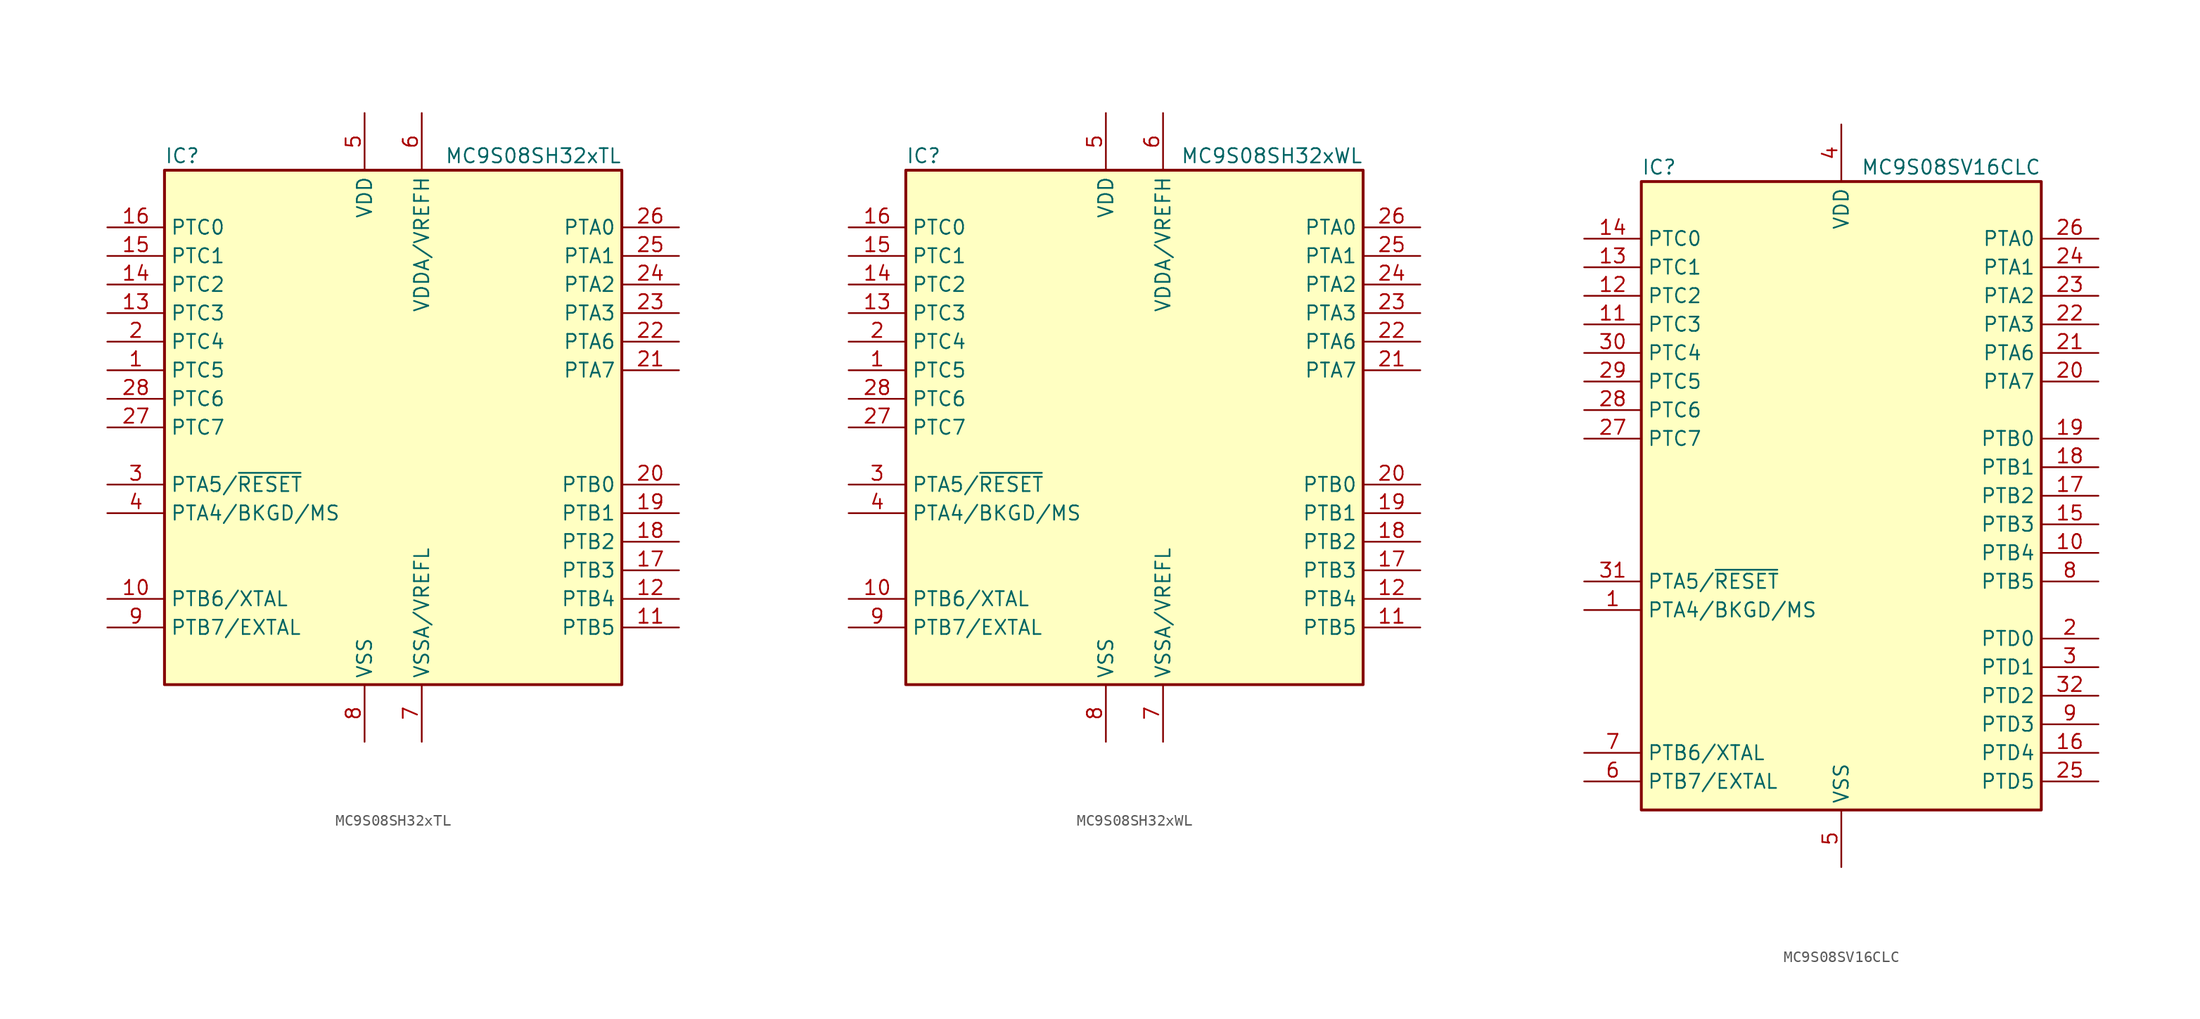
<source format=kicad_sym>
(kicad_symbol_lib
  (version 20211014)
  (generator kicad_symbol_editor)
  (symbol "MC9S08SH32xTL"
    (property "Reference" "IC"
      (at -20.32 24.13 0)
      (effects (font (size 1.27 1.27)) (justify left)))
    (property "Value" "MC9S08SH32xTL"
      (at 20.32 24.13 0)
      (effects (font (size 1.27 1.27)) (justify right)))
    (symbol "MC9S08SH32xTL_0_1"
      (rectangle (start -20.32 22.86) (end 20.32 -22.86) (stroke (width 0.254) (type default) (color 0 0 0 0)) (fill (type background))))
    (symbol "MC9S08SH32xTL_1_1"
      (pin bidirectional line (at -25.4 5.08 0) (length 5.08) (name "PTC5" (effects (font (size 1.27 1.27)))) (number "1" (effects (font (size 1.27 1.27)))))
      (pin bidirectional line (at -25.4 -15.24 0) (length 5.08) (name "PTB6/XTAL" (effects (font (size 1.27 1.27)))) (number "10" (effects (font (size 1.27 1.27)))))
      (pin bidirectional line (at 25.4 -17.78 180) (length 5.08) (name "PTB5" (effects (font (size 1.27 1.27)))) (number "11" (effects (font (size 1.27 1.27)))))
      (pin bidirectional line (at 25.4 -15.24 180) (length 5.08) (name "PTB4" (effects (font (size 1.27 1.27)))) (number "12" (effects (font (size 1.27 1.27)))))
      (pin bidirectional line (at -25.4 10.16 0) (length 5.08) (name "PTC3" (effects (font (size 1.27 1.27)))) (number "13" (effects (font (size 1.27 1.27)))))
      (pin bidirectional line (at -25.4 12.7 0) (length 5.08) (name "PTC2" (effects (font (size 1.27 1.27)))) (number "14" (effects (font (size 1.27 1.27)))))
      (pin bidirectional line (at -25.4 15.24 0) (length 5.08) (name "PTC1" (effects (font (size 1.27 1.27)))) (number "15" (effects (font (size 1.27 1.27)))))
      (pin bidirectional line (at -25.4 17.78 0) (length 5.08) (name "PTC0" (effects (font (size 1.27 1.27)))) (number "16" (effects (font (size 1.27 1.27)))))
      (pin bidirectional line (at 25.4 -12.7 180) (length 5.08) (name "PTB3" (effects (font (size 1.27 1.27)))) (number "17" (effects (font (size 1.27 1.27)))))
      (pin bidirectional line (at 25.4 -10.16 180) (length 5.08) (name "PTB2" (effects (font (size 1.27 1.27)))) (number "18" (effects (font (size 1.27 1.27)))))
      (pin bidirectional line (at 25.4 -7.62 180) (length 5.08) (name "PTB1" (effects (font (size 1.27 1.27)))) (number "19" (effects (font (size 1.27 1.27)))))
      (pin bidirectional line (at -25.4 7.62 0) (length 5.08) (name "PTC4" (effects (font (size 1.27 1.27)))) (number "2" (effects (font (size 1.27 1.27)))))
      (pin bidirectional line (at 25.4 -5.08 180) (length 5.08) (name "PTB0" (effects (font (size 1.27 1.27)))) (number "20" (effects (font (size 1.27 1.27)))))
      (pin bidirectional line (at 25.4 5.08 180) (length 5.08) (name "PTA7" (effects (font (size 1.27 1.27)))) (number "21" (effects (font (size 1.27 1.27)))))
      (pin bidirectional line (at 25.4 7.62 180) (length 5.08) (name "PTA6" (effects (font (size 1.27 1.27)))) (number "22" (effects (font (size 1.27 1.27)))))
      (pin bidirectional line (at 25.4 10.16 180) (length 5.08) (name "PTA3" (effects (font (size 1.27 1.27)))) (number "23" (effects (font (size 1.27 1.27)))))
      (pin bidirectional line (at 25.4 12.7 180) (length 5.08) (name "PTA2" (effects (font (size 1.27 1.27)))) (number "24" (effects (font (size 1.27 1.27)))))
      (pin bidirectional line (at 25.4 15.24 180) (length 5.08) (name "PTA1" (effects (font (size 1.27 1.27)))) (number "25" (effects (font (size 1.27 1.27)))))
      (pin bidirectional line (at 25.4 17.78 180) (length 5.08) (name "PTA0" (effects (font (size 1.27 1.27)))) (number "26" (effects (font (size 1.27 1.27)))))
      (pin bidirectional line (at -25.4 0 0) (length 5.08) (name "PTC7" (effects (font (size 1.27 1.27)))) (number "27" (effects (font (size 1.27 1.27)))))
      (pin bidirectional line (at -25.4 2.54 0) (length 5.08) (name "PTC6" (effects (font (size 1.27 1.27)))) (number "28" (effects (font (size 1.27 1.27)))))
      (pin bidirectional line (at -25.4 -5.08 0) (length 5.08) (name "PTA5/~{RESET}" (effects (font (size 1.27 1.27)))) (number "3" (effects (font (size 1.27 1.27)))))
      (pin bidirectional line (at -25.4 -7.62 0) (length 5.08) (name "PTA4/BKGD/MS" (effects (font (size 1.27 1.27)))) (number "4" (effects (font (size 1.27 1.27)))))
      (pin power_in line (at -2.54 27.94 270) (length 5.08) (name "VDD" (effects (font (size 1.27 1.27)))) (number "5" (effects (font (size 1.27 1.27)))))
      (pin power_in line (at 2.54 27.94 270) (length 5.08) (name "VDDA/VREFH" (effects (font (size 1.27 1.27)))) (number "6" (effects (font (size 1.27 1.27)))))
      (pin power_in line (at 2.54 -27.94 90) (length 5.08) (name "VSSA/VREFL" (effects (font (size 1.27 1.27)))) (number "7" (effects (font (size 1.27 1.27)))))
      (pin power_in line (at -2.54 -27.94 90) (length 5.08) (name "VSS" (effects (font (size 1.27 1.27)))) (number "8" (effects (font (size 1.27 1.27)))))
      (pin bidirectional line (at -25.4 -17.78 0) (length 5.08) (name "PTB7/EXTAL" (effects (font (size 1.27 1.27)))) (number "9" (effects (font (size 1.27 1.27)))))))
  (symbol "MC9S08SH32xWL"
    (property "Reference" "IC"
      (at -20.32 24.13 0)
      (effects (font (size 1.27 1.27)) (justify left)))
    (property "Value" "MC9S08SH32xWL"
      (at 20.32 24.13 0)
      (effects (font (size 1.27 1.27)) (justify right)))
    (symbol "MC9S08SH32xWL_0_1"
      (rectangle (start -20.32 22.86) (end 20.32 -22.86) (stroke (width 0.254) (type default) (color 0 0 0 0)) (fill (type background))))
    (symbol "MC9S08SH32xWL_1_1"
      (pin bidirectional line (at -25.4 5.08 0) (length 5.08) (name "PTC5" (effects (font (size 1.27 1.27)))) (number "1" (effects (font (size 1.27 1.27)))))
      (pin bidirectional line (at -25.4 -15.24 0) (length 5.08) (name "PTB6/XTAL" (effects (font (size 1.27 1.27)))) (number "10" (effects (font (size 1.27 1.27)))))
      (pin bidirectional line (at 25.4 -17.78 180) (length 5.08) (name "PTB5" (effects (font (size 1.27 1.27)))) (number "11" (effects (font (size 1.27 1.27)))))
      (pin bidirectional line (at 25.4 -15.24 180) (length 5.08) (name "PTB4" (effects (font (size 1.27 1.27)))) (number "12" (effects (font (size 1.27 1.27)))))
      (pin bidirectional line (at -25.4 10.16 0) (length 5.08) (name "PTC3" (effects (font (size 1.27 1.27)))) (number "13" (effects (font (size 1.27 1.27)))))
      (pin bidirectional line (at -25.4 12.7 0) (length 5.08) (name "PTC2" (effects (font (size 1.27 1.27)))) (number "14" (effects (font (size 1.27 1.27)))))
      (pin bidirectional line (at -25.4 15.24 0) (length 5.08) (name "PTC1" (effects (font (size 1.27 1.27)))) (number "15" (effects (font (size 1.27 1.27)))))
      (pin bidirectional line (at -25.4 17.78 0) (length 5.08) (name "PTC0" (effects (font (size 1.27 1.27)))) (number "16" (effects (font (size 1.27 1.27)))))
      (pin bidirectional line (at 25.4 -12.7 180) (length 5.08) (name "PTB3" (effects (font (size 1.27 1.27)))) (number "17" (effects (font (size 1.27 1.27)))))
      (pin bidirectional line (at 25.4 -10.16 180) (length 5.08) (name "PTB2" (effects (font (size 1.27 1.27)))) (number "18" (effects (font (size 1.27 1.27)))))
      (pin bidirectional line (at 25.4 -7.62 180) (length 5.08) (name "PTB1" (effects (font (size 1.27 1.27)))) (number "19" (effects (font (size 1.27 1.27)))))
      (pin bidirectional line (at -25.4 7.62 0) (length 5.08) (name "PTC4" (effects (font (size 1.27 1.27)))) (number "2" (effects (font (size 1.27 1.27)))))
      (pin bidirectional line (at 25.4 -5.08 180) (length 5.08) (name "PTB0" (effects (font (size 1.27 1.27)))) (number "20" (effects (font (size 1.27 1.27)))))
      (pin bidirectional line (at 25.4 5.08 180) (length 5.08) (name "PTA7" (effects (font (size 1.27 1.27)))) (number "21" (effects (font (size 1.27 1.27)))))
      (pin bidirectional line (at 25.4 7.62 180) (length 5.08) (name "PTA6" (effects (font (size 1.27 1.27)))) (number "22" (effects (font (size 1.27 1.27)))))
      (pin bidirectional line (at 25.4 10.16 180) (length 5.08) (name "PTA3" (effects (font (size 1.27 1.27)))) (number "23" (effects (font (size 1.27 1.27)))))
      (pin bidirectional line (at 25.4 12.7 180) (length 5.08) (name "PTA2" (effects (font (size 1.27 1.27)))) (number "24" (effects (font (size 1.27 1.27)))))
      (pin bidirectional line (at 25.4 15.24 180) (length 5.08) (name "PTA1" (effects (font (size 1.27 1.27)))) (number "25" (effects (font (size 1.27 1.27)))))
      (pin bidirectional line (at 25.4 17.78 180) (length 5.08) (name "PTA0" (effects (font (size 1.27 1.27)))) (number "26" (effects (font (size 1.27 1.27)))))
      (pin bidirectional line (at -25.4 0 0) (length 5.08) (name "PTC7" (effects (font (size 1.27 1.27)))) (number "27" (effects (font (size 1.27 1.27)))))
      (pin bidirectional line (at -25.4 2.54 0) (length 5.08) (name "PTC6" (effects (font (size 1.27 1.27)))) (number "28" (effects (font (size 1.27 1.27)))))
      (pin bidirectional line (at -25.4 -5.08 0) (length 5.08) (name "PTA5/~{RESET}" (effects (font (size 1.27 1.27)))) (number "3" (effects (font (size 1.27 1.27)))))
      (pin bidirectional line (at -25.4 -7.62 0) (length 5.08) (name "PTA4/BKGD/MS" (effects (font (size 1.27 1.27)))) (number "4" (effects (font (size 1.27 1.27)))))
      (pin power_in line (at -2.54 27.94 270) (length 5.08) (name "VDD" (effects (font (size 1.27 1.27)))) (number "5" (effects (font (size 1.27 1.27)))))
      (pin power_in line (at 2.54 27.94 270) (length 5.08) (name "VDDA/VREFH" (effects (font (size 1.27 1.27)))) (number "6" (effects (font (size 1.27 1.27)))))
      (pin power_in line (at 2.54 -27.94 90) (length 5.08) (name "VSSA/VREFL" (effects (font (size 1.27 1.27)))) (number "7" (effects (font (size 1.27 1.27)))))
      (pin power_in line (at -2.54 -27.94 90) (length 5.08) (name "VSS" (effects (font (size 1.27 1.27)))) (number "8" (effects (font (size 1.27 1.27)))))
      (pin bidirectional line (at -25.4 -17.78 0) (length 5.08) (name "PTB7/EXTAL" (effects (font (size 1.27 1.27)))) (number "9" (effects (font (size 1.27 1.27)))))))
  (symbol "MC9S08SV16CLC"
    (property "Reference" "IC"
      (at -17.78 29.21 0)
      (effects (font (size 1.27 1.27)) (justify left)))
    (property "Value" "MC9S08SV16CLC"
      (at 17.78 29.21 0)
      (effects (font (size 1.27 1.27)) (justify right)))
    (symbol "MC9S08SV16CLC_0_1"
      (rectangle (start -17.78 27.94) (end 17.78 -27.94) (stroke (width 0.254) (type default) (color 0 0 0 0)) (fill (type background))))
    (symbol "MC9S08SV16CLC_1_1"
      (pin bidirectional line (at -22.86 -10.16 0) (length 5.08) (name "PTA4/BKGD/MS" (effects (font (size 1.27 1.27)))) (number "1" (effects (font (size 1.27 1.27)))))
      (pin bidirectional line (at 22.86 -5.08 180) (length 5.08) (name "PTB4" (effects (font (size 1.27 1.27)))) (number "10" (effects (font (size 1.27 1.27)))))
      (pin bidirectional line (at -22.86 15.24 0) (length 5.08) (name "PTC3" (effects (font (size 1.27 1.27)))) (number "11" (effects (font (size 1.27 1.27)))))
      (pin bidirectional line (at -22.86 17.78 0) (length 5.08) (name "PTC2" (effects (font (size 1.27 1.27)))) (number "12" (effects (font (size 1.27 1.27)))))
      (pin bidirectional line (at -22.86 20.32 0) (length 5.08) (name "PTC1" (effects (font (size 1.27 1.27)))) (number "13" (effects (font (size 1.27 1.27)))))
      (pin bidirectional line (at -22.86 22.86 0) (length 5.08) (name "PTC0" (effects (font (size 1.27 1.27)))) (number "14" (effects (font (size 1.27 1.27)))))
      (pin bidirectional line (at 22.86 -2.54 180) (length 5.08) (name "PTB3" (effects (font (size 1.27 1.27)))) (number "15" (effects (font (size 1.27 1.27)))))
      (pin bidirectional line (at 22.86 -22.86 180) (length 5.08) (name "PTD4" (effects (font (size 1.27 1.27)))) (number "16" (effects (font (size 1.27 1.27)))))
      (pin bidirectional line (at 22.86 0 180) (length 5.08) (name "PTB2" (effects (font (size 1.27 1.27)))) (number "17" (effects (font (size 1.27 1.27)))))
      (pin bidirectional line (at 22.86 2.54 180) (length 5.08) (name "PTB1" (effects (font (size 1.27 1.27)))) (number "18" (effects (font (size 1.27 1.27)))))
      (pin bidirectional line (at 22.86 5.08 180) (length 5.08) (name "PTB0" (effects (font (size 1.27 1.27)))) (number "19" (effects (font (size 1.27 1.27)))))
      (pin bidirectional line (at 22.86 -12.7 180) (length 5.08) (name "PTD0" (effects (font (size 1.27 1.27)))) (number "2" (effects (font (size 1.27 1.27)))))
      (pin bidirectional line (at 22.86 10.16 180) (length 5.08) (name "PTA7" (effects (font (size 1.27 1.27)))) (number "20" (effects (font (size 1.27 1.27)))))
      (pin bidirectional line (at 22.86 12.7 180) (length 5.08) (name "PTA6" (effects (font (size 1.27 1.27)))) (number "21" (effects (font (size 1.27 1.27)))))
      (pin bidirectional line (at 22.86 15.24 180) (length 5.08) (name "PTA3" (effects (font (size 1.27 1.27)))) (number "22" (effects (font (size 1.27 1.27)))))
      (pin bidirectional line (at 22.86 17.78 180) (length 5.08) (name "PTA2" (effects (font (size 1.27 1.27)))) (number "23" (effects (font (size 1.27 1.27)))))
      (pin bidirectional line (at 22.86 20.32 180) (length 5.08) (name "PTA1" (effects (font (size 1.27 1.27)))) (number "24" (effects (font (size 1.27 1.27)))))
      (pin bidirectional line (at 22.86 -25.4 180) (length 5.08) (name "PTD5" (effects (font (size 1.27 1.27)))) (number "25" (effects (font (size 1.27 1.27)))))
      (pin bidirectional line (at 22.86 22.86 180) (length 5.08) (name "PTA0" (effects (font (size 1.27 1.27)))) (number "26" (effects (font (size 1.27 1.27)))))
      (pin bidirectional line (at -22.86 5.08 0) (length 5.08) (name "PTC7" (effects (font (size 1.27 1.27)))) (number "27" (effects (font (size 1.27 1.27)))))
      (pin bidirectional line (at -22.86 7.62 0) (length 5.08) (name "PTC6" (effects (font (size 1.27 1.27)))) (number "28" (effects (font (size 1.27 1.27)))))
      (pin bidirectional line (at -22.86 10.16 0) (length 5.08) (name "PTC5" (effects (font (size 1.27 1.27)))) (number "29" (effects (font (size 1.27 1.27)))))
      (pin bidirectional line (at 22.86 -15.24 180) (length 5.08) (name "PTD1" (effects (font (size 1.27 1.27)))) (number "3" (effects (font (size 1.27 1.27)))))
      (pin bidirectional line (at -22.86 12.7 0) (length 5.08) (name "PTC4" (effects (font (size 1.27 1.27)))) (number "30" (effects (font (size 1.27 1.27)))))
      (pin bidirectional line (at -22.86 -7.62 0) (length 5.08) (name "PTA5/~{RESET}" (effects (font (size 1.27 1.27)))) (number "31" (effects (font (size 1.27 1.27)))))
      (pin bidirectional line (at 22.86 -17.78 180) (length 5.08) (name "PTD2" (effects (font (size 1.27 1.27)))) (number "32" (effects (font (size 1.27 1.27)))))
      (pin power_in line (at 0 33.02 270) (length 5.08) (name "VDD" (effects (font (size 1.27 1.27)))) (number "4" (effects (font (size 1.27 1.27)))))
      (pin power_in line (at 0 -33.02 90) (length 5.08) (name "VSS" (effects (font (size 1.27 1.27)))) (number "5" (effects (font (size 1.27 1.27)))))
      (pin bidirectional line (at -22.86 -25.4 0) (length 5.08) (name "PTB7/EXTAL" (effects (font (size 1.27 1.27)))) (number "6" (effects (font (size 1.27 1.27)))))
      (pin bidirectional line (at -22.86 -22.86 0) (length 5.08) (name "PTB6/XTAL" (effects (font (size 1.27 1.27)))) (number "7" (effects (font (size 1.27 1.27)))))
      (pin bidirectional line (at 22.86 -7.62 180) (length 5.08) (name "PTB5" (effects (font (size 1.27 1.27)))) (number "8" (effects (font (size 1.27 1.27)))))
      (pin bidirectional line (at 22.86 -20.32 180) (length 5.08) (name "PTD3" (effects (font (size 1.27 1.27)))) (number "9" (effects (font (size 1.27 1.27))))))))
</source>
